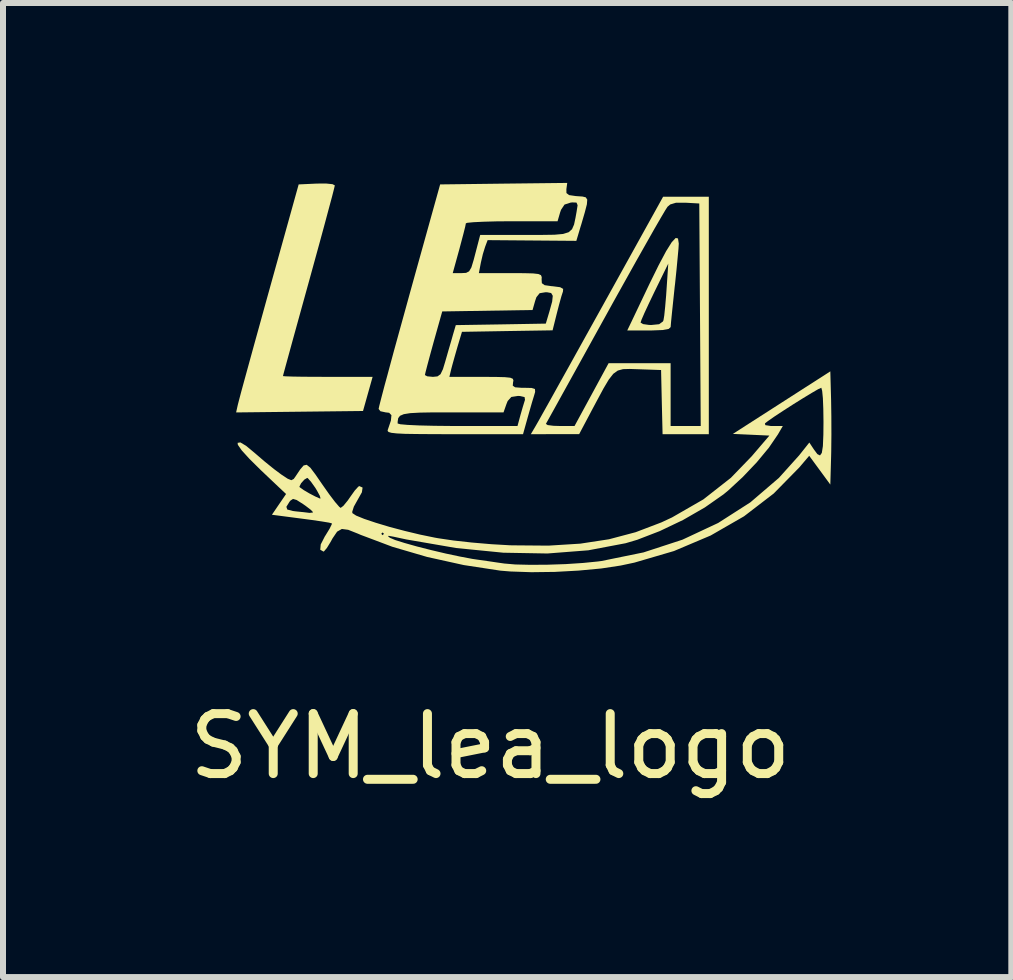
<source format=kicad_pcb>
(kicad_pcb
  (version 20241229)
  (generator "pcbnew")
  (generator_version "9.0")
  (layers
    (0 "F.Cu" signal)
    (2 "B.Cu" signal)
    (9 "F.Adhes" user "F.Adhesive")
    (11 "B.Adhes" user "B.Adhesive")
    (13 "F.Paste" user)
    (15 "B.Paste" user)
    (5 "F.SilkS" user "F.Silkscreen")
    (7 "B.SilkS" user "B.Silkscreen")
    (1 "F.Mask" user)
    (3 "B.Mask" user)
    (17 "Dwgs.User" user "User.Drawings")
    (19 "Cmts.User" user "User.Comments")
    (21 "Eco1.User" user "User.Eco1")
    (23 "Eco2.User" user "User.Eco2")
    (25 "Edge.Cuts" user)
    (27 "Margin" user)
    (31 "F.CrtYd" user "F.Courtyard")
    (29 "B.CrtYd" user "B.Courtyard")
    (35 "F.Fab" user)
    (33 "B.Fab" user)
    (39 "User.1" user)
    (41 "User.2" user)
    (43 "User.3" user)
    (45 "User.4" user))
  (footprint "SYM_lea_logo"
    (layer "F.Cu")
    (at 5.125 1.774)
    (property "Reference" "SYM_lea_logo" (at 0 7.62 0) (unlocked yes) (layer "F.SilkS") (effects (font (size 1 1) (thickness 0.15))))
    (fp_poly (pts (xy -2.631 -1.753) (xy -2.592 -1.733) (xy -2.604 -1.681) (xy -2.637 -1.551) (xy -2.69 -1.354) (xy -2.758 -1.1) (xy -2.84 -0.798) (xy -2.933 -0.46) (xy -3.024 -0.129) (xy -3.124 0.232) (xy -3.216 0.565) (xy -3.297 0.858) (xy -3.364 1.103) (xy -3.415 1.289) (xy -3.447 1.407) (xy -3.457 1.447) (xy -3.414 1.451) (xy -3.295 1.455) (xy -3.115 1.458) (xy -2.889 1.459) (xy -2.709 1.46) (xy -1.962 1.46) (xy -2.122 2.029) (xy -3.18 2.041) (xy -4.238 2.053) (xy -4.21 1.927) (xy -4.192 1.857) (xy -4.153 1.709) (xy -4.094 1.493) (xy -4.019 1.22) (xy -3.931 0.9) (xy -3.832 0.543) (xy -3.726 0.159) (xy -3.689 0.026) (xy -3.195 -1.749) (xy -2.894 -1.763) (xy -2.739 -1.764)) (stroke (width 0) (type solid)) (fill yes) (layer "F.SilkS"))
    (fp_poly (pts (xy 3.13 -0.848) (xy 3.143 -0.763) (xy 3.143 -0.759) (xy 3.138 -0.677) (xy 3.124 -0.525) (xy 3.105 -0.323) (xy 3.081 -0.091) (xy 3.075 -0.042) (xy 3.051 0.188) (xy 3.03 0.388) (xy 3.015 0.538) (xy 3.008 0.621) (xy 3.008 0.629) (xy 2.976 0.66) (xy 2.874 0.679) (xy 2.693 0.686) (xy 2.646 0.686) (xy 2.284 0.686) (xy 2.347 0.555) (xy 2.506 0.555) (xy 2.547 0.58) (xy 2.647 0.594) (xy 2.685 0.595) (xy 2.816 0.582) (xy 2.879 0.536) (xy 2.888 0.515) (xy 2.901 0.437) (xy 2.916 0.292) (xy 2.932 0.106) (xy 2.939 0.003) (xy 2.968 -0.429) (xy 2.737 0.043) (xy 2.646 0.233) (xy 2.571 0.394) (xy 2.522 0.507) (xy 2.506 0.555) (xy 2.347 0.555) (xy 2.653 -0.088) (xy 2.808 -0.403) (xy 2.932 -0.636) (xy 3.026 -0.786) (xy 3.092 -0.856)) (stroke (width 0) (type solid)) (fill yes) (layer "F.SilkS"))
    (fp_poly (pts (xy 3.644 2.416) (xy 2.873 2.416) (xy 2.86 1.881) (xy 2.848 1.346) (xy 2.476 1.333) (xy 2.326 1.328) (xy 2.214 1.331) (xy 2.126 1.355) (xy 2.051 1.409) (xy 1.976 1.505) (xy 1.888 1.653) (xy 1.774 1.865) (xy 1.705 1.994) (xy 1.482 2.415) (xy 1.079 2.415) (xy 0.676 2.416) (xy 0.763 2.268) (xy 0.776 2.245) (xy 0.927 2.245) (xy 0.957 2.264) (xy 1.055 2.276) (xy 1.156 2.279) (xy 1.405 2.279) (xy 1.689 1.756) (xy 1.973 1.232) (xy 3.007 1.232) (xy 3.007 2.279) (xy 3.509 2.279) (xy 3.497 0.424) (xy 3.485 -1.431) (xy 3.255 -1.444) (xy 3.098 -1.444) (xy 3.001 -1.415) (xy 2.955 -1.376) (xy 2.919 -1.32) (xy 2.844 -1.193) (xy 2.734 -1.003) (xy 2.596 -0.759) (xy 2.432 -0.469) (xy 2.25 -0.143) (xy 2.052 0.212) (xy 1.916 0.458) (xy 1.713 0.825) (xy 1.524 1.167) (xy 1.353 1.476) (xy 1.204 1.745) (xy 1.083 1.964) (xy 0.993 2.126) (xy 0.94 2.221) (xy 0.927 2.245) (xy 0.776 2.245) (xy 0.803 2.198) (xy 0.881 2.058) (xy 0.995 1.855) (xy 1.137 1.599) (xy 1.305 1.298) (xy 1.492 0.961) (xy 1.694 0.597) (xy 1.866 0.288) (xy 2.882 -1.544) (xy 3.644 -1.544)) (stroke (width 0) (type solid)) (fill yes) (layer "F.SilkS"))
    (fp_poly (pts (xy 1.269 -1.67) (xy 1.27 -1.605) (xy 1.314 -1.571) (xy 1.423 -1.555) (xy 1.448 -1.553) (xy 1.538 -1.547) (xy 1.593 -1.533) (xy 1.617 -1.495) (xy 1.611 -1.418) (xy 1.577 -1.286) (xy 1.518 -1.084) (xy 1.509 -1.056) (xy 1.435 -0.808) (xy -0.044 -0.82) (xy -0.086 -0.709) (xy -0.124 -0.586) (xy -0.158 -0.44) (xy -0.159 -0.434) (xy -0.19 -0.27) (xy 0.338 -0.27) (xy 0.564 -0.269) (xy 0.714 -0.265) (xy 0.802 -0.255) (xy 0.845 -0.236) (xy 0.858 -0.204) (xy 0.856 -0.167) (xy 0.86 -0.102) (xy 0.906 -0.069) (xy 1.016 -0.053) (xy 1.042 -0.051) (xy 1.165 -0.035) (xy 1.215 -0.007) (xy 1.212 0.036) (xy 1.186 0.116) (xy 1.148 0.253) (xy 1.111 0.396) (xy 1.039 0.684) (xy 0.284 0.696) (xy -0.472 0.709) (xy -0.547 0.959) (xy -0.594 1.123) (xy -0.635 1.27) (xy -0.652 1.335) (xy -0.682 1.46) (xy -0.139 1.46) (xy 0.09 1.461) (xy 0.243 1.465) (xy 0.333 1.474) (xy 0.376 1.492) (xy 0.386 1.521) (xy 0.38 1.551) (xy 0.375 1.607) (xy 0.414 1.634) (xy 0.517 1.642) (xy 0.564 1.642) (xy 0.69 1.645) (xy 0.745 1.663) (xy 0.748 1.711) (xy 0.732 1.767) (xy 0.697 1.881) (xy 0.651 2.041) (xy 0.619 2.154) (xy 0.546 2.416) (xy -0.595 2.416) (xy -0.948 2.415) (xy -1.22 2.413) (xy -1.421 2.41) (xy -1.56 2.403) (xy -1.649 2.393) (xy -1.696 2.379) (xy -1.712 2.361) (xy -1.709 2.343) (xy -1.673 2.237) (xy -1.545 2.237) (xy -1.501 2.25) (xy -1.378 2.261) (xy -1.185 2.27) (xy -0.934 2.276) (xy -0.636 2.279) (xy -0.545 2.279) (xy 0.454 2.279) (xy 0.504 2.094) (xy 0.542 1.962) (xy 0.573 1.861) (xy 0.579 1.844) (xy 0.572 1.797) (xy 0.494 1.779) (xy 0.46 1.778) (xy 0.351 1.795) (xy 0.29 1.863) (xy 0.269 1.915) (xy 0.221 2.052) (xy -0.634 2.052) (xy -0.943 2.052) (xy -1.173 2.056) (xy -1.336 2.065) (xy -1.442 2.082) (xy -1.505 2.109) (xy -1.535 2.148) (xy -1.544 2.203) (xy -1.545 2.237) (xy -1.673 2.237) (xy -1.657 2.189) (xy -1.648 2.099) (xy -1.686 2.059) (xy -1.745 2.052) (xy -1.832 2.033) (xy -1.862 1.995) (xy -1.85 1.94) (xy -1.816 1.807) (xy -1.763 1.605) (xy -1.715 1.43) (xy -1.09 1.43) (xy -1.05 1.451) (xy -0.956 1.46) (xy -0.88 1.452) (xy -0.83 1.416) (xy -0.789 1.331) (xy -0.749 1.198) (xy -0.698 1.02) (xy -0.648 0.849) (xy -0.625 0.767) (xy -0.575 0.597) (xy 0.175 0.585) (xy 0.926 0.572) (xy 0.987 0.367) (xy 1.032 0.204) (xy 1.042 0.108) (xy 1.015 0.062) (xy 0.945 0.049) (xy 0.92 0.049) (xy 0.823 0.065) (xy 0.769 0.132) (xy 0.747 0.197) (xy 0.705 0.345) (xy -0.801 0.369) (xy -0.946 0.885) (xy -1.002 1.089) (xy -1.048 1.26) (xy -1.079 1.38) (xy -1.09 1.43) (xy -1.715 1.43) (xy -1.692 1.344) (xy -1.608 1.033) (xy -1.511 0.681) (xy -1.405 0.298) (xy -1.349 0.094) (xy -1.248 -0.27) (xy -0.626 -0.27) (xy -0.48 -0.27) (xy -0.403 -0.274) (xy -0.353 -0.3) (xy -0.315 -0.365) (xy -0.277 -0.49) (xy -0.251 -0.589) (xy -0.168 -0.907) (xy 0.578 -0.907) (xy 0.863 -0.907) (xy 1.07 -0.91) (xy 1.214 -0.923) (xy 1.307 -0.952) (xy 1.363 -1.002) (xy 1.397 -1.08) (xy 1.421 -1.193) (xy 1.439 -1.293) (xy 1.456 -1.402) (xy 1.438 -1.446) (xy 1.37 -1.449) (xy 1.34 -1.446) (xy 1.238 -1.413) (xy 1.18 -1.326) (xy 1.165 -1.283) (xy 1.122 -1.135) (xy 0.357 -1.135) (xy 0.105 -1.133) (xy -0.112 -1.127) (xy -0.279 -1.119) (xy -0.382 -1.109) (xy -0.407 -1.1) (xy -0.418 -1.044) (xy -0.449 -0.921) (xy -0.493 -0.755) (xy -0.516 -0.668) (xy -0.626 -0.27) (xy -1.248 -0.27) (xy -0.836 -1.749) (xy 0.223 -1.762) (xy 1.283 -1.774)) (stroke (width 0) (type solid)) (fill yes) (layer "F.SilkS"))
    (fp_poly (pts (xy 5.683 1.849) (xy 5.687 2.12) (xy 5.688 2.424) (xy 5.685 2.708) (xy 5.683 2.793) (xy 5.67 3.256) (xy 5.494 3.016) (xy 5.318 2.776) (xy 5.152 2.971) (xy 4.726 3.405) (xy 4.231 3.785) (xy 3.675 4.105) (xy 3.063 4.364) (xy 2.404 4.557) (xy 2.174 4.606) (xy 1.851 4.655) (xy 1.475 4.69) (xy 1.076 4.712) (xy 0.686 4.717) (xy 0.336 4.705) (xy 0.167 4.691) (xy -0.442 4.598) (xy -1.052 4.463) (xy -1.633 4.293) (xy -2.087 4.122) (xy -1.702 4.122) (xy -1.672 4.144) (xy -1.585 4.181) (xy -1.429 4.23) (xy -1.223 4.288) (xy -0.987 4.348) (xy -0.742 4.406) (xy -0.506 4.456) (xy -0.299 4.495) (xy -0.225 4.506) (xy -0.042 4.532) (xy 0.119 4.556) (xy 0.225 4.571) (xy 0.23 4.572) (xy 0.416 4.588) (xy 0.666 4.594) (xy 0.955 4.592) (xy 1.257 4.582) (xy 1.546 4.563) (xy 1.796 4.538) (xy 1.855 4.53) (xy 2.555 4.387) (xy 3.204 4.175) (xy 3.8 3.896) (xy 4.337 3.552) (xy 4.812 3.145) (xy 5.149 2.77) (xy 5.32 2.555) (xy 5.394 2.667) (xy 5.454 2.748) (xy 5.498 2.77) (xy 5.528 2.728) (xy 5.546 2.615) (xy 5.554 2.423) (xy 5.556 2.211) (xy 5.553 1.995) (xy 5.546 1.817) (xy 5.534 1.694) (xy 5.52 1.642) (xy 5.519 1.642) (xy 5.468 1.665) (xy 5.361 1.727) (xy 5.216 1.815) (xy 5.051 1.918) (xy 4.886 2.024) (xy 4.74 2.12) (xy 4.631 2.196) (xy 4.58 2.235) (xy 4.586 2.265) (xy 4.677 2.279) (xy 4.707 2.279) (xy 4.878 2.279) (xy 4.796 2.42) (xy 4.646 2.64) (xy 4.443 2.885) (xy 4.209 3.131) (xy 3.968 3.354) (xy 3.888 3.42) (xy 3.578 3.637) (xy 3.213 3.847) (xy 2.825 4.032) (xy 2.449 4.177) (xy 2.256 4.234) (xy 1.634 4.352) (xy 0.953 4.405) (xy 0.218 4.392) (xy -0.568 4.314) (xy -1.399 4.171) (xy -1.613 4.125) (xy -1.698 4.11) (xy -1.702 4.122) (xy -2.087 4.122) (xy -2.157 4.096) (xy -2.201 4.077) (xy -1.818 4.077) (xy -1.795 4.1) (xy -1.773 4.077) (xy -1.795 4.054) (xy -1.818 4.077) (xy -2.201 4.077) (xy -2.208 4.074) (xy -2.369 4.01) (xy -2.475 3.996) (xy -2.554 4.041) (xy -2.63 4.153) (xy -2.663 4.213) (xy -2.725 4.314) (xy -2.773 4.37) (xy -2.782 4.373) (xy -2.835 4.342) (xy -2.827 4.254) (xy -2.758 4.119) (xy -2.746 4.101) (xy -2.679 3.991) (xy -2.643 3.918) (xy -2.642 3.902) (xy -2.692 3.89) (xy -2.813 3.87) (xy -2.985 3.845) (xy -3.151 3.823) (xy -3.641 3.759) (xy -3.551 3.627) (xy -3.4 3.627) (xy -3.385 3.672) (xy -3.294 3.696) (xy -3.241 3.703) (xy -3.113 3.716) (xy -3.022 3.727) (xy -3.013 3.728) (xy -2.96 3.722) (xy -2.956 3.715) (xy -2.99 3.679) (xy -3.076 3.613) (xy -3.123 3.58) (xy -3.229 3.513) (xy -3.289 3.495) (xy -3.332 3.523) (xy -3.349 3.544) (xy -3.4 3.627) (xy -3.551 3.627) (xy -3.523 3.586) (xy -3.405 3.413) (xy -3.538 3.288) (xy -3.182 3.288) (xy -3.179 3.299) (xy -3.114 3.346) (xy -3.015 3.404) (xy -2.915 3.456) (xy -2.845 3.487) (xy -2.83 3.488) (xy -2.842 3.444) (xy -2.892 3.352) (xy -2.919 3.308) (xy -2.99 3.208) (xy -3.042 3.15) (xy -3.053 3.145) (xy -3.1 3.173) (xy -3.154 3.233) (xy -3.182 3.288) (xy -3.538 3.288) (xy -3.826 3.015) (xy -4.016 2.827) (xy -4.145 2.685) (xy -4.209 2.593) (xy -4.213 2.56) (xy -4.167 2.553) (xy -4.071 2.61) (xy -3.923 2.733) (xy -3.922 2.734) (xy -3.766 2.868) (xy -3.608 2.996) (xy -3.486 3.087) (xy -3.377 3.159) (xy -3.317 3.183) (xy -3.277 3.162) (xy -3.248 3.121) (xy -3.169 3.003) (xy -3.112 2.937) (xy -3.061 2.926) (xy -3 2.975) (xy -2.914 3.089) (xy -2.8 3.255) (xy -2.686 3.417) (xy -2.588 3.546) (xy -2.519 3.626) (xy -2.495 3.645) (xy -2.449 3.61) (xy -2.377 3.522) (xy -2.336 3.463) (xy -2.26 3.356) (xy -2.201 3.291) (xy -2.184 3.281) (xy -2.129 3.306) (xy -2.141 3.385) (xy -2.212 3.511) (xy -2.275 3.624) (xy -2.302 3.71) (xy -2.299 3.732) (xy -2.237 3.773) (xy -2.102 3.828) (xy -1.911 3.892) (xy -1.682 3.961) (xy -1.429 4.028) (xy -1.171 4.09) (xy -0.923 4.141) (xy -0.867 4.151) (xy -0.617 4.188) (xy -0.311 4.222) (xy 0.016 4.25) (xy 0.327 4.268) (xy 0.373 4.269) (xy 0.97 4.274) (xy 1.5 4.241) (xy 1.979 4.168) (xy 2.424 4.05) (xy 2.852 3.887) (xy 3.03 3.804) (xy 3.553 3.503) (xy 4.012 3.143) (xy 4.359 2.784) (xy 4.654 2.439) (xy 4.045 2.411) (xy 4.857 1.89) (xy 5.67 1.368)) (stroke (width 0) (type solid)) (fill yes) (layer "F.SilkS")))
  (gr_rect
    (start -3 -3)
    (end 13.813 13.242)
    (stroke (width 0.1) (type default))
    (fill no)
    (layer "Edge.Cuts")))
</source>
